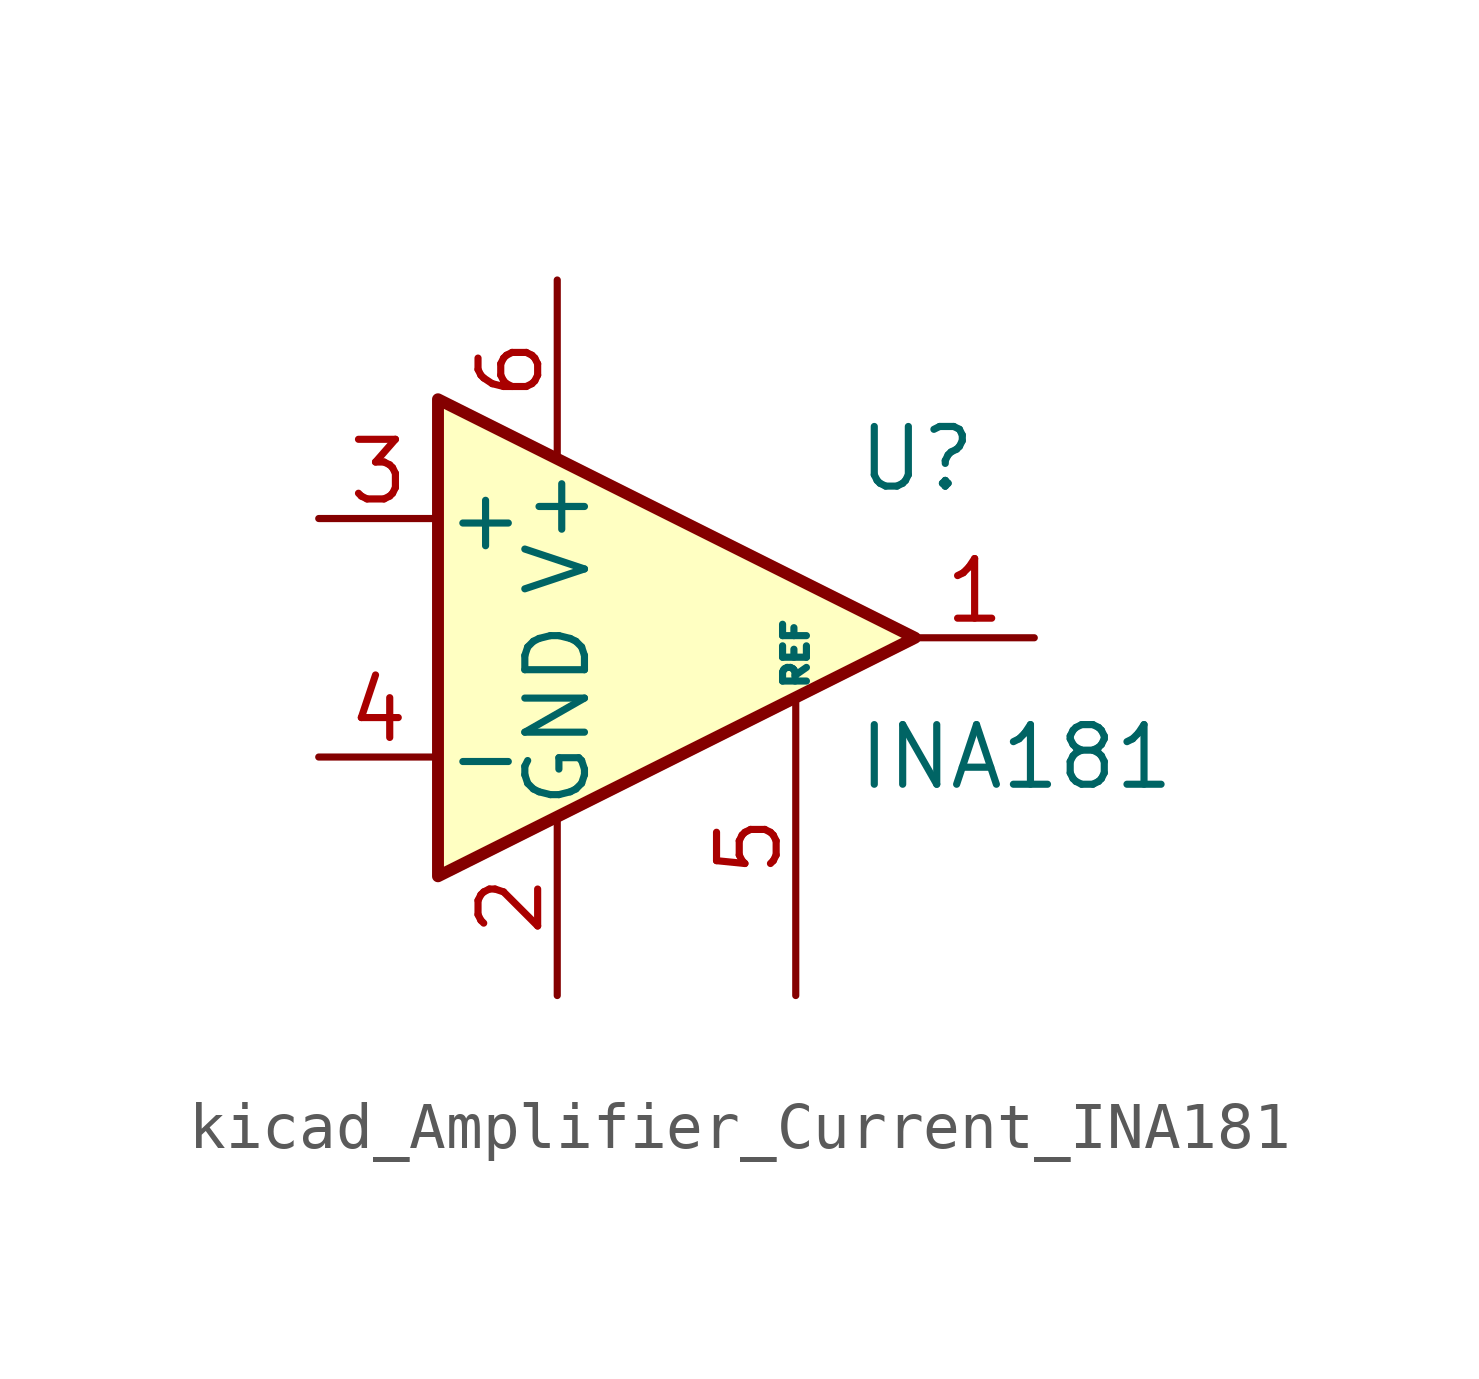
<source format=kicad_sym>
(kicad_symbol_lib
  (version 20220914)
  (generator kicad_symbol_editor)
  (symbol "kicad_Amplifier_Current_INA181"
    (pin_names
      (offset 0.127))
    (property "Reference" "U"
      (at 3.81 3.81 0)
      (effects (font (size 1.27 1.27)) (justify left)))
    (property "Value" "INA181"
      (at 3.81 -2.54 0)
      (effects (font (size 1.27 1.27)) (justify left)))
    (symbol "kicad_Amplifier_Current_INA181_0_1"
      (polyline (pts (xy 5.08 0) (xy -5.08 5.08) (xy -5.08 -5.08) (xy 5.08 0)) (stroke (width 0.254) (type default)) (fill (type background))))
    (symbol "kicad_Amplifier_Current_INA181_1_1"
      (pin output line (at 7.62 0 180) (length 2.54) (name "~" (effects (font (size 1.27 1.27)))) (number "1" (effects (font (size 1.27 1.27)))))
      (pin power_in line (at -2.54 -7.62 90) (length 3.81) (name "GND" (effects (font (size 1.27 1.27)))) (number "2" (effects (font (size 1.27 1.27)))))
      (pin input line (at -7.62 2.54 0) (length 2.54) (name "+" (effects (font (size 1.27 1.27)))) (number "3" (effects (font (size 1.27 1.27)))))
      (pin input line (at -7.62 -2.54 0) (length 2.54) (name "-" (effects (font (size 1.27 1.27)))) (number "4" (effects (font (size 1.27 1.27)))))
      (pin input line (at 2.54 -7.62 90) (length 6.35) (name "REF" (effects (font (size 0.508 0.508)))) (number "5" (effects (font (size 1.27 1.27)))))
      (pin power_in line (at -2.54 7.62 270) (length 3.81) (name "V+" (effects (font (size 1.27 1.27)))) (number "6" (effects (font (size 1.27 1.27))))))))
</source>
